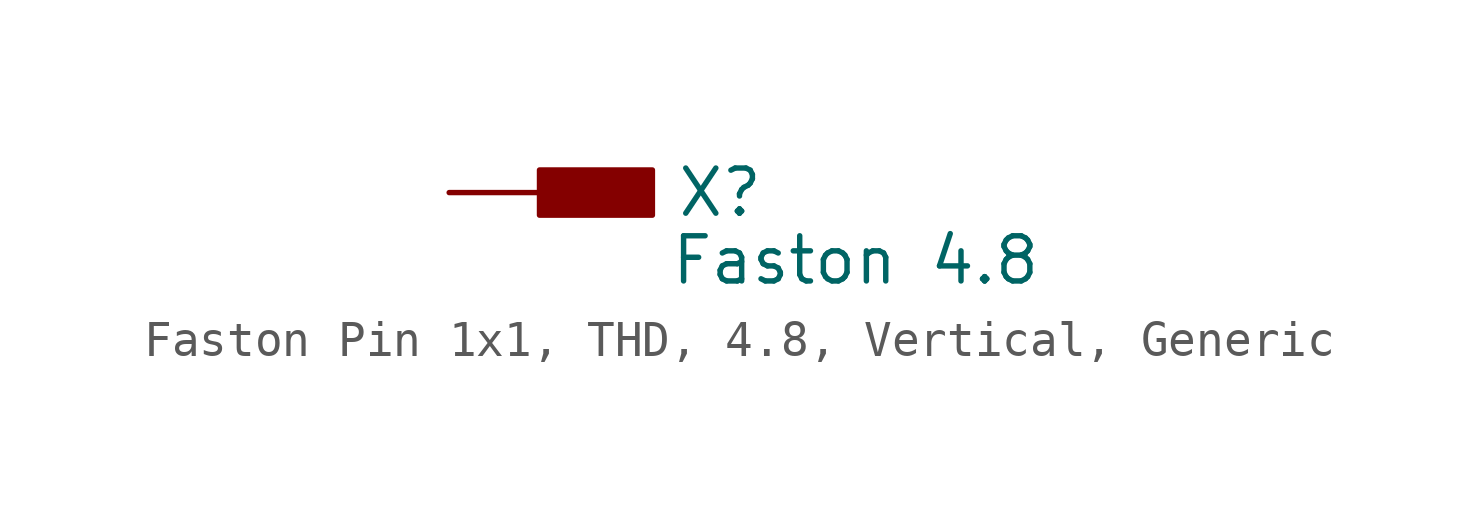
<source format=kicad_sym>
(kicad_symbol_lib
  (version 20241209)
  (generator "kicad_symbol_editor")
  (generator_version "9.0")
  (symbol "Faston Pin 1x1, THD, 4.8, Vertical, Generic"
    (pin_numbers
      (hide yes))
    (pin_names
      (offset 0)
      (hide yes))
    (property "Reference" "X"
      (at 3.81 0 0)
      (effects (font (size 1.27 1.27))))
    (property "Value" "Faston 4.8"
      (at 7.62 -1.905 0)
      (effects (font (size 1.27 1.27))))
    (symbol "Faston Pin 1x1, THD, 4.8, Vertical, Generic_1_1"
      (rectangle (start -1.27 0.635) (end 1.905 -0.635) (stroke (width 0) (type default)) (fill (type outline)))
      (pin passive line (at -3.81 0 0) (length 2.54) (name "1" (effects (font (size 1.27 1.27)))) (number "1" (effects (font (size 1.27 1.27))))))))
</source>
